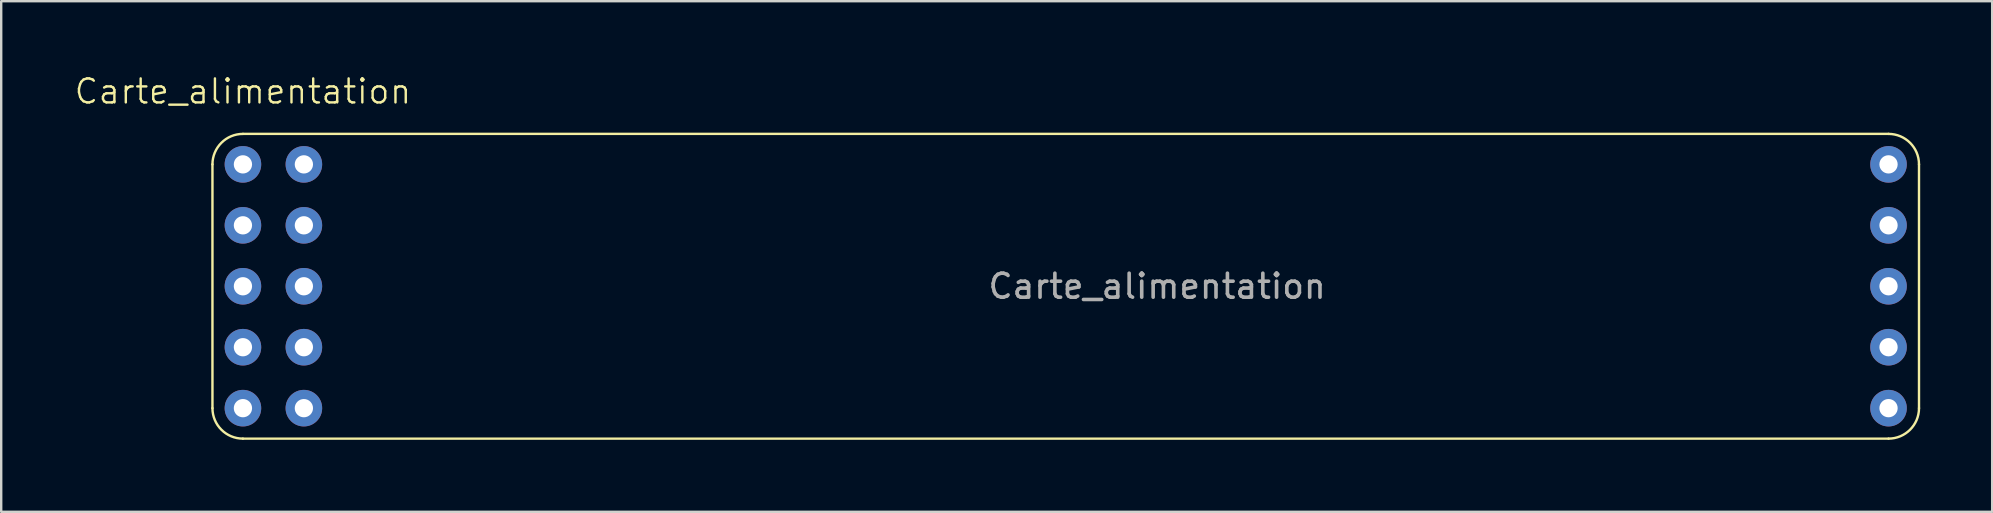
<source format=kicad_pcb>
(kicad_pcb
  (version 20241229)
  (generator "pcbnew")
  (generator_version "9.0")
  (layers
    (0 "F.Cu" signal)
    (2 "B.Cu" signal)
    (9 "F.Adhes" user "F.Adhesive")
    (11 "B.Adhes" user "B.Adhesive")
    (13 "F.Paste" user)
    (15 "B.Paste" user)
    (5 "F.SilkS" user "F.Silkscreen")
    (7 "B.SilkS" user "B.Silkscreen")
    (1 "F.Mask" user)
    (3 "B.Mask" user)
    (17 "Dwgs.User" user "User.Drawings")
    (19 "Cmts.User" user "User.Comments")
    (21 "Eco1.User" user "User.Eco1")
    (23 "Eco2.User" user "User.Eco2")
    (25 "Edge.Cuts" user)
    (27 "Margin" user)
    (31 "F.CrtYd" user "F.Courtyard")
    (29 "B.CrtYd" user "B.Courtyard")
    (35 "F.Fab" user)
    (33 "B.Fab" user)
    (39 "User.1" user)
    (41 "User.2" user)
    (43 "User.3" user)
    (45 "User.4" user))
  (footprint "Carte_alimentation"
    (layer "F.Cu")
    (at 7.074 1.26)
    (property "Reference" "Carte_alimentation" (at 0 -0.5 0) (unlocked yes) (layer "F.SilkS") (effects (font (size 1 1) (thickness 0.1))))
    (attr through_hole)
    (fp_line (start -1.27 12.7) (end -1.27 2.54) (stroke (width 0.1) (type default)) (layer "F.SilkS"))
    (fp_line (start 0.000001 1.27) (end 68.58 1.27) (stroke (width 0.1) (type default)) (layer "F.SilkS"))
    (fp_line (start 68.58 13.97) (end 0.000001 13.97) (stroke (width 0.1) (type default)) (layer "F.SilkS"))
    (fp_line (start 69.85 2.54) (end 69.85 12.7) (stroke (width 0.1) (type default)) (layer "F.SilkS"))
    (fp_arc (start -1.269999 2.540001) (mid -0.898025 1.641975) (end 0.000001 1.270001) (stroke (width 0.1) (type default)) (layer "F.SilkS"))
    (fp_arc (start 0.000001 13.969999) (mid -0.898025 13.598025) (end -1.269999 12.699999) (stroke (width 0.1) (type default)) (layer "F.SilkS"))
    (fp_arc (start 68.58 1.27) (mid 69.478026 1.641974) (end 69.85 2.54) (stroke (width 0.1) (type default)) (layer "F.SilkS"))
    (fp_arc (start 69.85 12.7) (mid 69.478026 13.598026) (end 68.58 13.97) (stroke (width 0.1) (type default)) (layer "F.SilkS"))
    (fp_text user "${REFERENCE}" (at 38.1 7.62 0) (unlocked yes) (layer "F.Fab") (effects (font (size 1 1) (thickness 0.15))))
    (pad "1" thru_hole circle (at 0 2.54) (size 1.524 1.524) (drill 0.762) (layers "*.Cu" "*.Mask"))
    (pad "1" thru_hole circle (at 2.54 2.54) (size 1.524 1.524) (drill 0.762) (layers "*.Cu" "*.Mask"))
    (pad "2" thru_hole circle (at 0 5.08) (size 1.524 1.524) (drill 0.762) (layers "*.Cu" "*.Mask"))
    (pad "2" thru_hole circle (at 2.54 5.08) (size 1.524 1.524) (drill 0.762) (layers "*.Cu" "*.Mask"))
    (pad "3" thru_hole circle (at 0 7.62) (size 1.524 1.524) (drill 0.762) (layers "*.Cu" "*.Mask"))
    (pad "3" thru_hole circle (at 2.54 7.62) (size 1.524 1.524) (drill 0.762) (layers "*.Cu" "*.Mask"))
    (pad "4" thru_hole circle (at 0 10.16) (size 1.524 1.524) (drill 0.762) (layers "*.Cu" "*.Mask"))
    (pad "4" thru_hole circle (at 2.54 10.16) (size 1.524 1.524) (drill 0.762) (layers "*.Cu" "*.Mask"))
    (pad "5" thru_hole circle (at 0 12.7) (size 1.524 1.524) (drill 0.762) (layers "*.Cu" "*.Mask"))
    (pad "5" thru_hole circle (at 2.54 12.7) (size 1.524 1.524) (drill 0.762) (layers "*.Cu" "*.Mask"))
    (pad "5" thru_hole circle (at 68.58 2.54) (size 1.524 1.524) (drill 0.762) (layers "*.Cu" "*.Mask"))
    (pad "5" thru_hole circle (at 68.58 5.08) (size 1.524 1.524) (drill 0.762) (layers "*.Cu" "*.Mask"))
    (pad "5" thru_hole circle (at 68.58 7.62) (size 1.524 1.524) (drill 0.762) (layers "*.Cu" "*.Mask"))
    (pad "5" thru_hole circle (at 68.58 10.16) (size 1.524 1.524) (drill 0.762) (layers "*.Cu" "*.Mask"))
    (pad "5" thru_hole circle (at 68.58 12.7) (size 1.524 1.524) (drill 0.762) (layers "*.Cu" "*.Mask")))
  (gr_rect
    (start -3 -3)
    (end 79.974 18.28)
    (stroke (width 0.1) (type default))
    (fill no)
    (layer "Edge.Cuts")))
</source>
